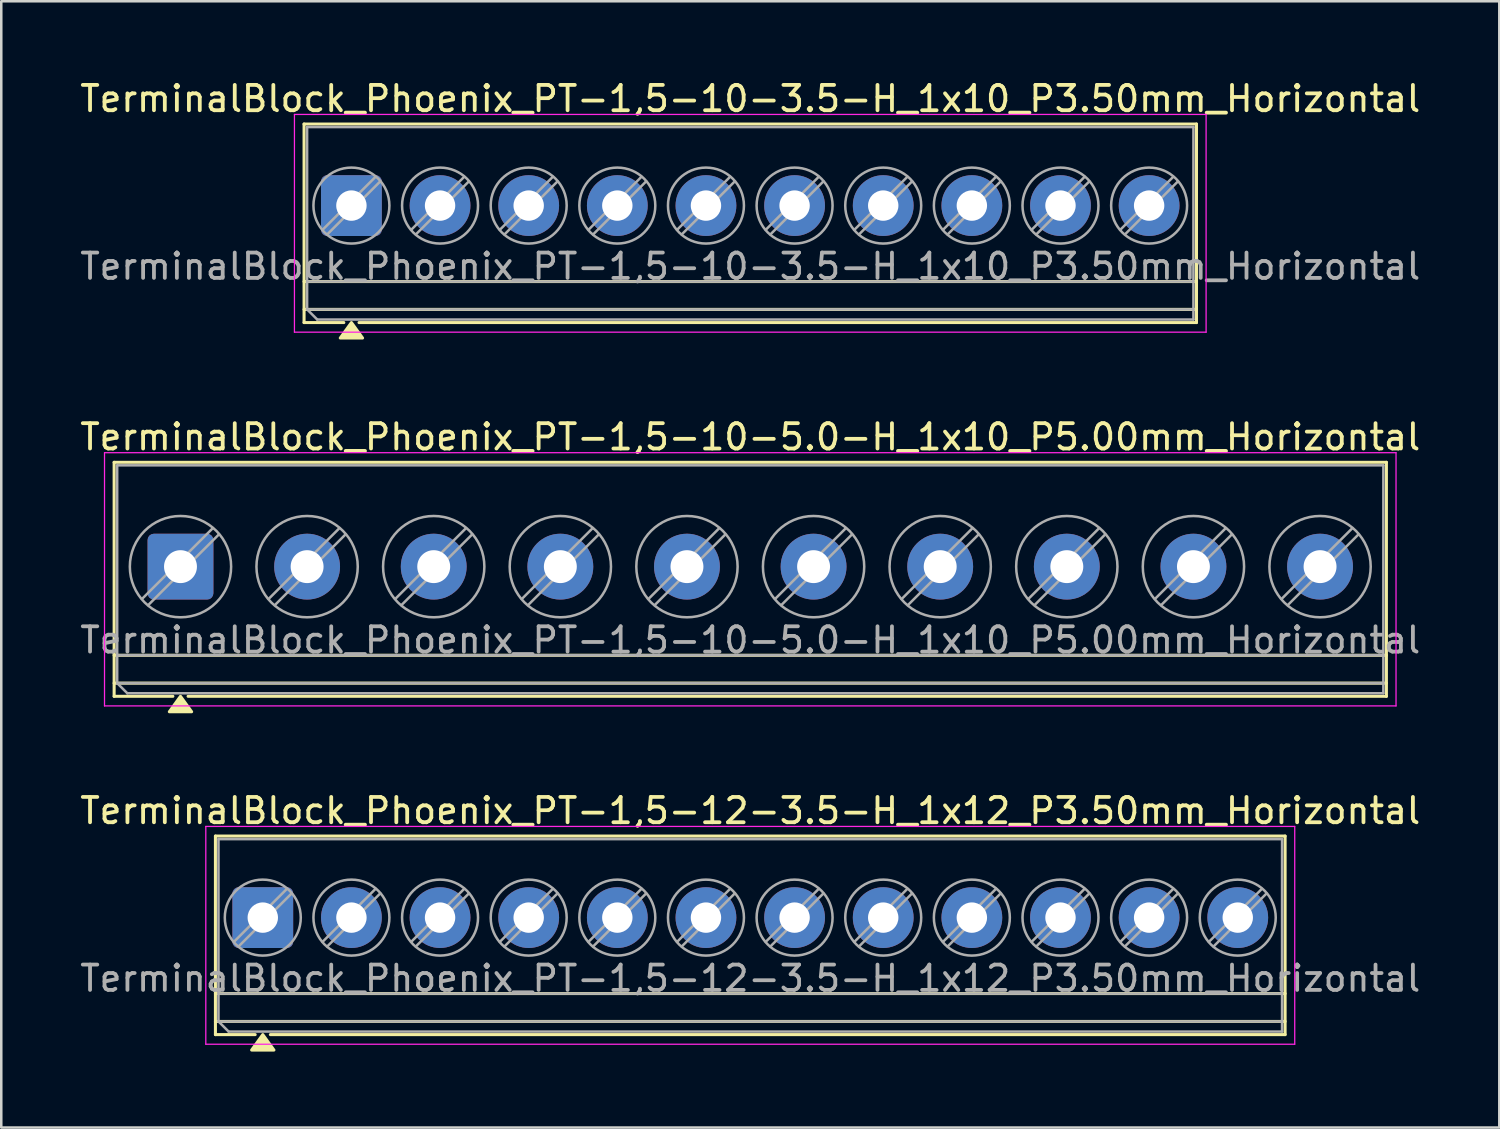
<source format=kicad_pcb>
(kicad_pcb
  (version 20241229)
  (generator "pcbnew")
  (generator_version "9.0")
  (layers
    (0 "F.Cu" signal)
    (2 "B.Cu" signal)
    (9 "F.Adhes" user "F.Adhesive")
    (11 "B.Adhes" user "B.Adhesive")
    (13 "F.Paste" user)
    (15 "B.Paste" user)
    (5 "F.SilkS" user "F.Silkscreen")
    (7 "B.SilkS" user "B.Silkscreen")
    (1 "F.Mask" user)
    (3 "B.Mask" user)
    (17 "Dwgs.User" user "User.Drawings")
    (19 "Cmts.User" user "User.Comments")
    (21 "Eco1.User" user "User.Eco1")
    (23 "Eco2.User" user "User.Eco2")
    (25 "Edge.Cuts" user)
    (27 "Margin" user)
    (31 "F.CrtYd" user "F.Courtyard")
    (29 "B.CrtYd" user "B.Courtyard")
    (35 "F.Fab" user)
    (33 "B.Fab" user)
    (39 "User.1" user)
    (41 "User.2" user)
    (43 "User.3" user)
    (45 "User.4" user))
  (footprint "TerminalBlock_Phoenix_PT-1,5-12-3.5-H_1x12_P3.50mm_Horizontal"
    (layer "F.Cu")
    (at 7.327 33.185)
    (property "Reference" "TerminalBlock_Phoenix_PT-1,5-12-3.5-H_1x12_P3.50mm_Horizontal" (at 19.25 -4.22 0) (layer "F.SilkS") (effects (font (size 1 1) (thickness 0.15))))
    (attr through_hole)
    (fp_line (start -1.87 -3.22) (end 40.37 -3.22) (stroke (width 0.12) (type solid)) (layer "F.SilkS"))
    (fp_line (start -1.87 3) (end 40.37 3) (stroke (width 0.12) (type solid)) (layer "F.SilkS"))
    (fp_line (start -1.87 4.1) (end 40.37 4.1) (stroke (width 0.12) (type solid)) (layer "F.SilkS"))
    (fp_line (start -1.87 4.62) (end -1.87 -3.22) (stroke (width 0.12) (type solid)) (layer "F.SilkS"))
    (fp_line (start -0.3 4.62) (end -1.87 4.62) (stroke (width 0.12) (type solid)) (layer "F.SilkS"))
    (fp_line (start 40.37 -3.22) (end 40.37 4.62) (stroke (width 0.12) (type solid)) (layer "F.SilkS"))
    (fp_line (start 40.37 4.62) (end 0.3 4.62) (stroke (width 0.12) (type solid)) (layer "F.SilkS"))
    (fp_poly (pts (xy 0 4.62) (xy 0.44 5.23) (xy -0.44 5.23)) (stroke (width 0.12) (type solid)) (fill yes) (layer "F.SilkS"))
    (fp_line (start -2.25 -3.6) (end -2.25 5) (stroke (width 0.05) (type solid)) (layer "F.CrtYd"))
    (fp_line (start -2.25 5) (end 40.75 5) (stroke (width 0.05) (type solid)) (layer "F.CrtYd"))
    (fp_line (start 40.75 -3.6) (end -2.25 -3.6) (stroke (width 0.05) (type solid)) (layer "F.CrtYd"))
    (fp_line (start 40.75 5) (end 40.75 -3.6) (stroke (width 0.05) (type solid)) (layer "F.CrtYd"))
    (fp_line (start -1.75 -3.1) (end 40.25 -3.1) (stroke (width 0.1) (type solid)) (layer "F.Fab"))
    (fp_line (start -1.75 3) (end 40.25 3) (stroke (width 0.1) (type solid)) (layer "F.Fab"))
    (fp_line (start -1.75 4.1) (end -1.75 -3.1) (stroke (width 0.1) (type solid)) (layer "F.Fab"))
    (fp_line (start -1.75 4.1) (end 40.25 4.1) (stroke (width 0.1) (type solid)) (layer "F.Fab"))
    (fp_line (start -1.35 4.5) (end -1.75 4.1) (stroke (width 0.1) (type solid)) (layer "F.Fab"))
    (fp_line (start 0.955 -1.138) (end -1.138 0.955) (stroke (width 0.1) (type solid)) (layer "F.Fab"))
    (fp_line (start 1.138 -0.955) (end -0.955 1.138) (stroke (width 0.1) (type solid)) (layer "F.Fab"))
    (fp_line (start 4.455 -1.138) (end 2.362 0.955) (stroke (width 0.1) (type solid)) (layer "F.Fab"))
    (fp_line (start 4.638 -0.955) (end 2.545 1.138) (stroke (width 0.1) (type solid)) (layer "F.Fab"))
    (fp_line (start 7.955 -1.138) (end 5.862 0.955) (stroke (width 0.1) (type solid)) (layer "F.Fab"))
    (fp_line (start 8.138 -0.955) (end 6.045 1.138) (stroke (width 0.1) (type solid)) (layer "F.Fab"))
    (fp_line (start 11.455 -1.138) (end 9.362 0.955) (stroke (width 0.1) (type solid)) (layer "F.Fab"))
    (fp_line (start 11.638 -0.955) (end 9.545 1.138) (stroke (width 0.1) (type solid)) (layer "F.Fab"))
    (fp_line (start 14.955 -1.138) (end 12.862 0.955) (stroke (width 0.1) (type solid)) (layer "F.Fab"))
    (fp_line (start 15.138 -0.955) (end 13.045 1.138) (stroke (width 0.1) (type solid)) (layer "F.Fab"))
    (fp_line (start 18.455 -1.138) (end 16.362 0.955) (stroke (width 0.1) (type solid)) (layer "F.Fab"))
    (fp_line (start 18.638 -0.955) (end 16.545 1.138) (stroke (width 0.1) (type solid)) (layer "F.Fab"))
    (fp_line (start 21.955 -1.138) (end 19.862 0.955) (stroke (width 0.1) (type solid)) (layer "F.Fab"))
    (fp_line (start 22.138 -0.955) (end 20.045 1.138) (stroke (width 0.1) (type solid)) (layer "F.Fab"))
    (fp_line (start 25.455 -1.138) (end 23.362 0.955) (stroke (width 0.1) (type solid)) (layer "F.Fab"))
    (fp_line (start 25.638 -0.955) (end 23.545 1.138) (stroke (width 0.1) (type solid)) (layer "F.Fab"))
    (fp_line (start 28.955 -1.138) (end 26.862 0.955) (stroke (width 0.1) (type solid)) (layer "F.Fab"))
    (fp_line (start 29.138 -0.955) (end 27.045 1.138) (stroke (width 0.1) (type solid)) (layer "F.Fab"))
    (fp_line (start 32.455 -1.138) (end 30.362 0.955) (stroke (width 0.1) (type solid)) (layer "F.Fab"))
    (fp_line (start 32.638 -0.955) (end 30.545 1.138) (stroke (width 0.1) (type solid)) (layer "F.Fab"))
    (fp_line (start 35.955 -1.138) (end 33.862 0.955) (stroke (width 0.1) (type solid)) (layer "F.Fab"))
    (fp_line (start 36.138 -0.955) (end 34.045 1.138) (stroke (width 0.1) (type solid)) (layer "F.Fab"))
    (fp_line (start 39.455 -1.138) (end 37.362 0.955) (stroke (width 0.1) (type solid)) (layer "F.Fab"))
    (fp_line (start 39.638 -0.955) (end 37.545 1.138) (stroke (width 0.1) (type solid)) (layer "F.Fab"))
    (fp_line (start 40.25 -3.1) (end 40.25 4.5) (stroke (width 0.1) (type solid)) (layer "F.Fab"))
    (fp_line (start 40.25 4.5) (end -1.35 4.5) (stroke (width 0.1) (type solid)) (layer "F.Fab"))
    (fp_circle (center 0 0) (end 1.5 0) (stroke (width 0.1) (type solid)) (fill no) (layer "F.Fab"))
    (fp_circle (center 3.5 0) (end 5 0) (stroke (width 0.1) (type solid)) (fill no) (layer "F.Fab"))
    (fp_circle (center 7 0) (end 8.5 0) (stroke (width 0.1) (type solid)) (fill no) (layer "F.Fab"))
    (fp_circle (center 10.5 0) (end 12 0) (stroke (width 0.1) (type solid)) (fill no) (layer "F.Fab"))
    (fp_circle (center 14 0) (end 15.5 0) (stroke (width 0.1) (type solid)) (fill no) (layer "F.Fab"))
    (fp_circle (center 17.5 0) (end 19 0) (stroke (width 0.1) (type solid)) (fill no) (layer "F.Fab"))
    (fp_circle (center 21 0) (end 22.5 0) (stroke (width 0.1) (type solid)) (fill no) (layer "F.Fab"))
    (fp_circle (center 24.5 0) (end 26 0) (stroke (width 0.1) (type solid)) (fill no) (layer "F.Fab"))
    (fp_circle (center 28 0) (end 29.5 0) (stroke (width 0.1) (type solid)) (fill no) (layer "F.Fab"))
    (fp_circle (center 31.5 0) (end 33 0) (stroke (width 0.1) (type solid)) (fill no) (layer "F.Fab"))
    (fp_circle (center 35 0) (end 36.5 0) (stroke (width 0.1) (type solid)) (fill no) (layer "F.Fab"))
    (fp_circle (center 38.5 0) (end 40 0) (stroke (width 0.1) (type solid)) (fill no) (layer "F.Fab"))
    (fp_text user "${REFERENCE}" (at 19.25 2.4 0) (layer "F.Fab") (effects (font (size 1 1) (thickness 0.15))))
    (pad "1" thru_hole roundrect (at 0 0) (size 2.4 2.4) (drill 1.2) (layers "*.Cu" "*.Mask") (roundrect_rratio 0.104))
    (pad "2" thru_hole circle (at 3.5 0) (size 2.4 2.4) (drill 1.2) (layers "*.Cu" "*.Mask"))
    (pad "3" thru_hole circle (at 7 0) (size 2.4 2.4) (drill 1.2) (layers "*.Cu" "*.Mask"))
    (pad "4" thru_hole circle (at 10.5 0) (size 2.4 2.4) (drill 1.2) (layers "*.Cu" "*.Mask"))
    (pad "5" thru_hole circle (at 14 0) (size 2.4 2.4) (drill 1.2) (layers "*.Cu" "*.Mask"))
    (pad "6" thru_hole circle (at 17.5 0) (size 2.4 2.4) (drill 1.2) (layers "*.Cu" "*.Mask"))
    (pad "7" thru_hole circle (at 21 0) (size 2.4 2.4) (drill 1.2) (layers "*.Cu" "*.Mask"))
    (pad "8" thru_hole circle (at 24.5 0) (size 2.4 2.4) (drill 1.2) (layers "*.Cu" "*.Mask"))
    (pad "9" thru_hole circle (at 28 0) (size 2.4 2.4) (drill 1.2) (layers "*.Cu" "*.Mask"))
    (pad "10" thru_hole circle (at 31.5 0) (size 2.4 2.4) (drill 1.2) (layers "*.Cu" "*.Mask"))
    (pad "11" thru_hole circle (at 35 0) (size 2.4 2.4) (drill 1.2) (layers "*.Cu" "*.Mask"))
    (pad "12" thru_hole circle (at 38.5 0) (size 2.4 2.4) (drill 1.2) (layers "*.Cu" "*.Mask")))
  (footprint "TerminalBlock_Phoenix_PT-1,5-10-3.5-H_1x10_P3.50mm_Horizontal"
    (layer "F.Cu")
    (at 10.827 5.068)
    (property "Reference" "TerminalBlock_Phoenix_PT-1,5-10-3.5-H_1x10_P3.50mm_Horizontal" (at 15.75 -4.22 0) (layer "F.SilkS") (effects (font (size 1 1) (thickness 0.15))))
    (attr through_hole)
    (fp_line (start -1.87 -3.22) (end 33.37 -3.22) (stroke (width 0.12) (type solid)) (layer "F.SilkS"))
    (fp_line (start -1.87 3) (end 33.37 3) (stroke (width 0.12) (type solid)) (layer "F.SilkS"))
    (fp_line (start -1.87 4.1) (end 33.37 4.1) (stroke (width 0.12) (type solid)) (layer "F.SilkS"))
    (fp_line (start -1.87 4.62) (end -1.87 -3.22) (stroke (width 0.12) (type solid)) (layer "F.SilkS"))
    (fp_line (start -0.3 4.62) (end -1.87 4.62) (stroke (width 0.12) (type solid)) (layer "F.SilkS"))
    (fp_line (start 33.37 -3.22) (end 33.37 4.62) (stroke (width 0.12) (type solid)) (layer "F.SilkS"))
    (fp_line (start 33.37 4.62) (end 0.3 4.62) (stroke (width 0.12) (type solid)) (layer "F.SilkS"))
    (fp_poly (pts (xy 0 4.62) (xy 0.44 5.23) (xy -0.44 5.23)) (stroke (width 0.12) (type solid)) (fill yes) (layer "F.SilkS"))
    (fp_line (start -2.25 -3.6) (end -2.25 5) (stroke (width 0.05) (type solid)) (layer "F.CrtYd"))
    (fp_line (start -2.25 5) (end 33.75 5) (stroke (width 0.05) (type solid)) (layer "F.CrtYd"))
    (fp_line (start 33.75 -3.6) (end -2.25 -3.6) (stroke (width 0.05) (type solid)) (layer "F.CrtYd"))
    (fp_line (start 33.75 5) (end 33.75 -3.6) (stroke (width 0.05) (type solid)) (layer "F.CrtYd"))
    (fp_line (start -1.75 -3.1) (end 33.25 -3.1) (stroke (width 0.1) (type solid)) (layer "F.Fab"))
    (fp_line (start -1.75 3) (end 33.25 3) (stroke (width 0.1) (type solid)) (layer "F.Fab"))
    (fp_line (start -1.75 4.1) (end -1.75 -3.1) (stroke (width 0.1) (type solid)) (layer "F.Fab"))
    (fp_line (start -1.75 4.1) (end 33.25 4.1) (stroke (width 0.1) (type solid)) (layer "F.Fab"))
    (fp_line (start -1.35 4.5) (end -1.75 4.1) (stroke (width 0.1) (type solid)) (layer "F.Fab"))
    (fp_line (start 0.955 -1.138) (end -1.138 0.955) (stroke (width 0.1) (type solid)) (layer "F.Fab"))
    (fp_line (start 1.138 -0.955) (end -0.955 1.138) (stroke (width 0.1) (type solid)) (layer "F.Fab"))
    (fp_line (start 4.455 -1.138) (end 2.362 0.955) (stroke (width 0.1) (type solid)) (layer "F.Fab"))
    (fp_line (start 4.638 -0.955) (end 2.545 1.138) (stroke (width 0.1) (type solid)) (layer "F.Fab"))
    (fp_line (start 7.955 -1.138) (end 5.862 0.955) (stroke (width 0.1) (type solid)) (layer "F.Fab"))
    (fp_line (start 8.138 -0.955) (end 6.045 1.138) (stroke (width 0.1) (type solid)) (layer "F.Fab"))
    (fp_line (start 11.455 -1.138) (end 9.362 0.955) (stroke (width 0.1) (type solid)) (layer "F.Fab"))
    (fp_line (start 11.638 -0.955) (end 9.545 1.138) (stroke (width 0.1) (type solid)) (layer "F.Fab"))
    (fp_line (start 14.955 -1.138) (end 12.862 0.955) (stroke (width 0.1) (type solid)) (layer "F.Fab"))
    (fp_line (start 15.138 -0.955) (end 13.045 1.138) (stroke (width 0.1) (type solid)) (layer "F.Fab"))
    (fp_line (start 18.455 -1.138) (end 16.362 0.955) (stroke (width 0.1) (type solid)) (layer "F.Fab"))
    (fp_line (start 18.638 -0.955) (end 16.545 1.138) (stroke (width 0.1) (type solid)) (layer "F.Fab"))
    (fp_line (start 21.955 -1.138) (end 19.862 0.955) (stroke (width 0.1) (type solid)) (layer "F.Fab"))
    (fp_line (start 22.138 -0.955) (end 20.045 1.138) (stroke (width 0.1) (type solid)) (layer "F.Fab"))
    (fp_line (start 25.455 -1.138) (end 23.362 0.955) (stroke (width 0.1) (type solid)) (layer "F.Fab"))
    (fp_line (start 25.638 -0.955) (end 23.545 1.138) (stroke (width 0.1) (type solid)) (layer "F.Fab"))
    (fp_line (start 28.955 -1.138) (end 26.862 0.955) (stroke (width 0.1) (type solid)) (layer "F.Fab"))
    (fp_line (start 29.138 -0.955) (end 27.045 1.138) (stroke (width 0.1) (type solid)) (layer "F.Fab"))
    (fp_line (start 32.455 -1.138) (end 30.362 0.955) (stroke (width 0.1) (type solid)) (layer "F.Fab"))
    (fp_line (start 32.638 -0.955) (end 30.545 1.138) (stroke (width 0.1) (type solid)) (layer "F.Fab"))
    (fp_line (start 33.25 -3.1) (end 33.25 4.5) (stroke (width 0.1) (type solid)) (layer "F.Fab"))
    (fp_line (start 33.25 4.5) (end -1.35 4.5) (stroke (width 0.1) (type solid)) (layer "F.Fab"))
    (fp_circle (center 0 0) (end 1.5 0) (stroke (width 0.1) (type solid)) (fill no) (layer "F.Fab"))
    (fp_circle (center 3.5 0) (end 5 0) (stroke (width 0.1) (type solid)) (fill no) (layer "F.Fab"))
    (fp_circle (center 7 0) (end 8.5 0) (stroke (width 0.1) (type solid)) (fill no) (layer "F.Fab"))
    (fp_circle (center 10.5 0) (end 12 0) (stroke (width 0.1) (type solid)) (fill no) (layer "F.Fab"))
    (fp_circle (center 14 0) (end 15.5 0) (stroke (width 0.1) (type solid)) (fill no) (layer "F.Fab"))
    (fp_circle (center 17.5 0) (end 19 0) (stroke (width 0.1) (type solid)) (fill no) (layer "F.Fab"))
    (fp_circle (center 21 0) (end 22.5 0) (stroke (width 0.1) (type solid)) (fill no) (layer "F.Fab"))
    (fp_circle (center 24.5 0) (end 26 0) (stroke (width 0.1) (type solid)) (fill no) (layer "F.Fab"))
    (fp_circle (center 28 0) (end 29.5 0) (stroke (width 0.1) (type solid)) (fill no) (layer "F.Fab"))
    (fp_circle (center 31.5 0) (end 33 0) (stroke (width 0.1) (type solid)) (fill no) (layer "F.Fab"))
    (fp_text user "${REFERENCE}" (at 15.75 2.4 0) (layer "F.Fab") (effects (font (size 1 1) (thickness 0.15))))
    (pad "1" thru_hole roundrect (at 0 0) (size 2.4 2.4) (drill 1.2) (layers "*.Cu" "*.Mask") (roundrect_rratio 0.104))
    (pad "2" thru_hole circle (at 3.5 0) (size 2.4 2.4) (drill 1.2) (layers "*.Cu" "*.Mask"))
    (pad "3" thru_hole circle (at 7 0) (size 2.4 2.4) (drill 1.2) (layers "*.Cu" "*.Mask"))
    (pad "4" thru_hole circle (at 10.5 0) (size 2.4 2.4) (drill 1.2) (layers "*.Cu" "*.Mask"))
    (pad "5" thru_hole circle (at 14 0) (size 2.4 2.4) (drill 1.2) (layers "*.Cu" "*.Mask"))
    (pad "6" thru_hole circle (at 17.5 0) (size 2.4 2.4) (drill 1.2) (layers "*.Cu" "*.Mask"))
    (pad "7" thru_hole circle (at 21 0) (size 2.4 2.4) (drill 1.2) (layers "*.Cu" "*.Mask"))
    (pad "8" thru_hole circle (at 24.5 0) (size 2.4 2.4) (drill 1.2) (layers "*.Cu" "*.Mask"))
    (pad "9" thru_hole circle (at 28 0) (size 2.4 2.4) (drill 1.2) (layers "*.Cu" "*.Mask"))
    (pad "10" thru_hole circle (at 31.5 0) (size 2.4 2.4) (drill 1.2) (layers "*.Cu" "*.Mask")))
  (footprint "TerminalBlock_Phoenix_PT-1,5-10-5.0-H_1x10_P5.00mm_Horizontal"
    (layer "F.Cu")
    (at 4.077 19.326)
    (property "Reference" "TerminalBlock_Phoenix_PT-1,5-10-5.0-H_1x10_P5.00mm_Horizontal" (at 22.5 -5.12 0) (layer "F.SilkS") (effects (font (size 1 1) (thickness 0.15))))
    (attr through_hole)
    (fp_line (start -2.62 -4.12) (end 47.62 -4.12) (stroke (width 0.12) (type solid)) (layer "F.SilkS"))
    (fp_line (start -2.62 3.5) (end 47.62 3.5) (stroke (width 0.12) (type solid)) (layer "F.SilkS"))
    (fp_line (start -2.62 4.6) (end 47.62 4.6) (stroke (width 0.12) (type solid)) (layer "F.SilkS"))
    (fp_line (start -2.62 5.12) (end -2.62 -4.12) (stroke (width 0.12) (type solid)) (layer "F.SilkS"))
    (fp_line (start -0.3 5.12) (end -2.62 5.12) (stroke (width 0.12) (type solid)) (layer "F.SilkS"))
    (fp_line (start 47.62 -4.12) (end 47.62 5.12) (stroke (width 0.12) (type solid)) (layer "F.SilkS"))
    (fp_line (start 47.62 5.12) (end 0.3 5.12) (stroke (width 0.12) (type solid)) (layer "F.SilkS"))
    (fp_poly (pts (xy 0 5.12) (xy 0.44 5.73) (xy -0.44 5.73)) (stroke (width 0.12) (type solid)) (fill yes) (layer "F.SilkS"))
    (fp_line (start -3 -4.5) (end -3 5.5) (stroke (width 0.05) (type solid)) (layer "F.CrtYd"))
    (fp_line (start -3 5.5) (end 48 5.5) (stroke (width 0.05) (type solid)) (layer "F.CrtYd"))
    (fp_line (start 48 -4.5) (end -3 -4.5) (stroke (width 0.05) (type solid)) (layer "F.CrtYd"))
    (fp_line (start 48 5.5) (end 48 -4.5) (stroke (width 0.05) (type solid)) (layer "F.CrtYd"))
    (fp_line (start -2.5 -4) (end 47.5 -4) (stroke (width 0.1) (type solid)) (layer "F.Fab"))
    (fp_line (start -2.5 3.5) (end 47.5 3.5) (stroke (width 0.1) (type solid)) (layer "F.Fab"))
    (fp_line (start -2.5 4.6) (end -2.5 -4) (stroke (width 0.1) (type solid)) (layer "F.Fab"))
    (fp_line (start -2.5 4.6) (end 47.5 4.6) (stroke (width 0.1) (type solid)) (layer "F.Fab"))
    (fp_line (start -2.1 5) (end -2.5 4.6) (stroke (width 0.1) (type solid)) (layer "F.Fab"))
    (fp_line (start 1.273 -1.517) (end -1.517 1.273) (stroke (width 0.1) (type solid)) (layer "F.Fab"))
    (fp_line (start 1.517 -1.273) (end -1.273 1.517) (stroke (width 0.1) (type solid)) (layer "F.Fab"))
    (fp_line (start 6.273 -1.517) (end 3.483 1.273) (stroke (width 0.1) (type solid)) (layer "F.Fab"))
    (fp_line (start 6.517 -1.273) (end 3.727 1.517) (stroke (width 0.1) (type solid)) (layer "F.Fab"))
    (fp_line (start 11.273 -1.517) (end 8.483 1.273) (stroke (width 0.1) (type solid)) (layer "F.Fab"))
    (fp_line (start 11.517 -1.273) (end 8.727 1.517) (stroke (width 0.1) (type solid)) (layer "F.Fab"))
    (fp_line (start 16.273 -1.517) (end 13.483 1.273) (stroke (width 0.1) (type solid)) (layer "F.Fab"))
    (fp_line (start 16.517 -1.273) (end 13.727 1.517) (stroke (width 0.1) (type solid)) (layer "F.Fab"))
    (fp_line (start 21.273 -1.517) (end 18.483 1.273) (stroke (width 0.1) (type solid)) (layer "F.Fab"))
    (fp_line (start 21.517 -1.273) (end 18.727 1.517) (stroke (width 0.1) (type solid)) (layer "F.Fab"))
    (fp_line (start 26.273 -1.517) (end 23.483 1.273) (stroke (width 0.1) (type solid)) (layer "F.Fab"))
    (fp_line (start 26.517 -1.273) (end 23.727 1.517) (stroke (width 0.1) (type solid)) (layer "F.Fab"))
    (fp_line (start 31.273 -1.517) (end 28.483 1.273) (stroke (width 0.1) (type solid)) (layer "F.Fab"))
    (fp_line (start 31.517 -1.273) (end 28.727 1.517) (stroke (width 0.1) (type solid)) (layer "F.Fab"))
    (fp_line (start 36.273 -1.517) (end 33.483 1.273) (stroke (width 0.1) (type solid)) (layer "F.Fab"))
    (fp_line (start 36.517 -1.273) (end 33.727 1.517) (stroke (width 0.1) (type solid)) (layer "F.Fab"))
    (fp_line (start 41.273 -1.517) (end 38.483 1.273) (stroke (width 0.1) (type solid)) (layer "F.Fab"))
    (fp_line (start 41.517 -1.273) (end 38.727 1.517) (stroke (width 0.1) (type solid)) (layer "F.Fab"))
    (fp_line (start 46.273 -1.517) (end 43.483 1.273) (stroke (width 0.1) (type solid)) (layer "F.Fab"))
    (fp_line (start 46.517 -1.273) (end 43.727 1.517) (stroke (width 0.1) (type solid)) (layer "F.Fab"))
    (fp_line (start 47.5 -4) (end 47.5 5) (stroke (width 0.1) (type solid)) (layer "F.Fab"))
    (fp_line (start 47.5 5) (end -2.1 5) (stroke (width 0.1) (type solid)) (layer "F.Fab"))
    (fp_circle (center 0 0) (end 2 0) (stroke (width 0.1) (type solid)) (fill no) (layer "F.Fab"))
    (fp_circle (center 5 0) (end 7 0) (stroke (width 0.1) (type solid)) (fill no) (layer "F.Fab"))
    (fp_circle (center 10 0) (end 12 0) (stroke (width 0.1) (type solid)) (fill no) (layer "F.Fab"))
    (fp_circle (center 15 0) (end 17 0) (stroke (width 0.1) (type solid)) (fill no) (layer "F.Fab"))
    (fp_circle (center 20 0) (end 22 0) (stroke (width 0.1) (type solid)) (fill no) (layer "F.Fab"))
    (fp_circle (center 25 0) (end 27 0) (stroke (width 0.1) (type solid)) (fill no) (layer "F.Fab"))
    (fp_circle (center 30 0) (end 32 0) (stroke (width 0.1) (type solid)) (fill no) (layer "F.Fab"))
    (fp_circle (center 35 0) (end 37 0) (stroke (width 0.1) (type solid)) (fill no) (layer "F.Fab"))
    (fp_circle (center 40 0) (end 42 0) (stroke (width 0.1) (type solid)) (fill no) (layer "F.Fab"))
    (fp_circle (center 45 0) (end 47 0) (stroke (width 0.1) (type solid)) (fill no) (layer "F.Fab"))
    (fp_text user "${REFERENCE}" (at 22.5 2.9 0) (layer "F.Fab") (effects (font (size 1 1) (thickness 0.15))))
    (pad "1" thru_hole roundrect (at 0 0) (size 2.6 2.6) (drill 1.3) (layers "*.Cu" "*.Mask") (roundrect_rratio 0.096))
    (pad "2" thru_hole circle (at 5 0) (size 2.6 2.6) (drill 1.3) (layers "*.Cu" "*.Mask"))
    (pad "3" thru_hole circle (at 10 0) (size 2.6 2.6) (drill 1.3) (layers "*.Cu" "*.Mask"))
    (pad "4" thru_hole circle (at 15 0) (size 2.6 2.6) (drill 1.3) (layers "*.Cu" "*.Mask"))
    (pad "5" thru_hole circle (at 20 0) (size 2.6 2.6) (drill 1.3) (layers "*.Cu" "*.Mask"))
    (pad "6" thru_hole circle (at 25 0) (size 2.6 2.6) (drill 1.3) (layers "*.Cu" "*.Mask"))
    (pad "7" thru_hole circle (at 30 0) (size 2.6 2.6) (drill 1.3) (layers "*.Cu" "*.Mask"))
    (pad "8" thru_hole circle (at 35 0) (size 2.6 2.6) (drill 1.3) (layers "*.Cu" "*.Mask"))
    (pad "9" thru_hole circle (at 40 0) (size 2.6 2.6) (drill 1.3) (layers "*.Cu" "*.Mask"))
    (pad "10" thru_hole circle (at 45 0) (size 2.6 2.6) (drill 1.3) (layers "*.Cu" "*.Mask")))
  (gr_rect
    (start -3 -3)
    (end 56.155 41.475)
    (stroke (width 0.1) (type default))
    (fill no)
    (layer "Edge.Cuts")))
</source>
